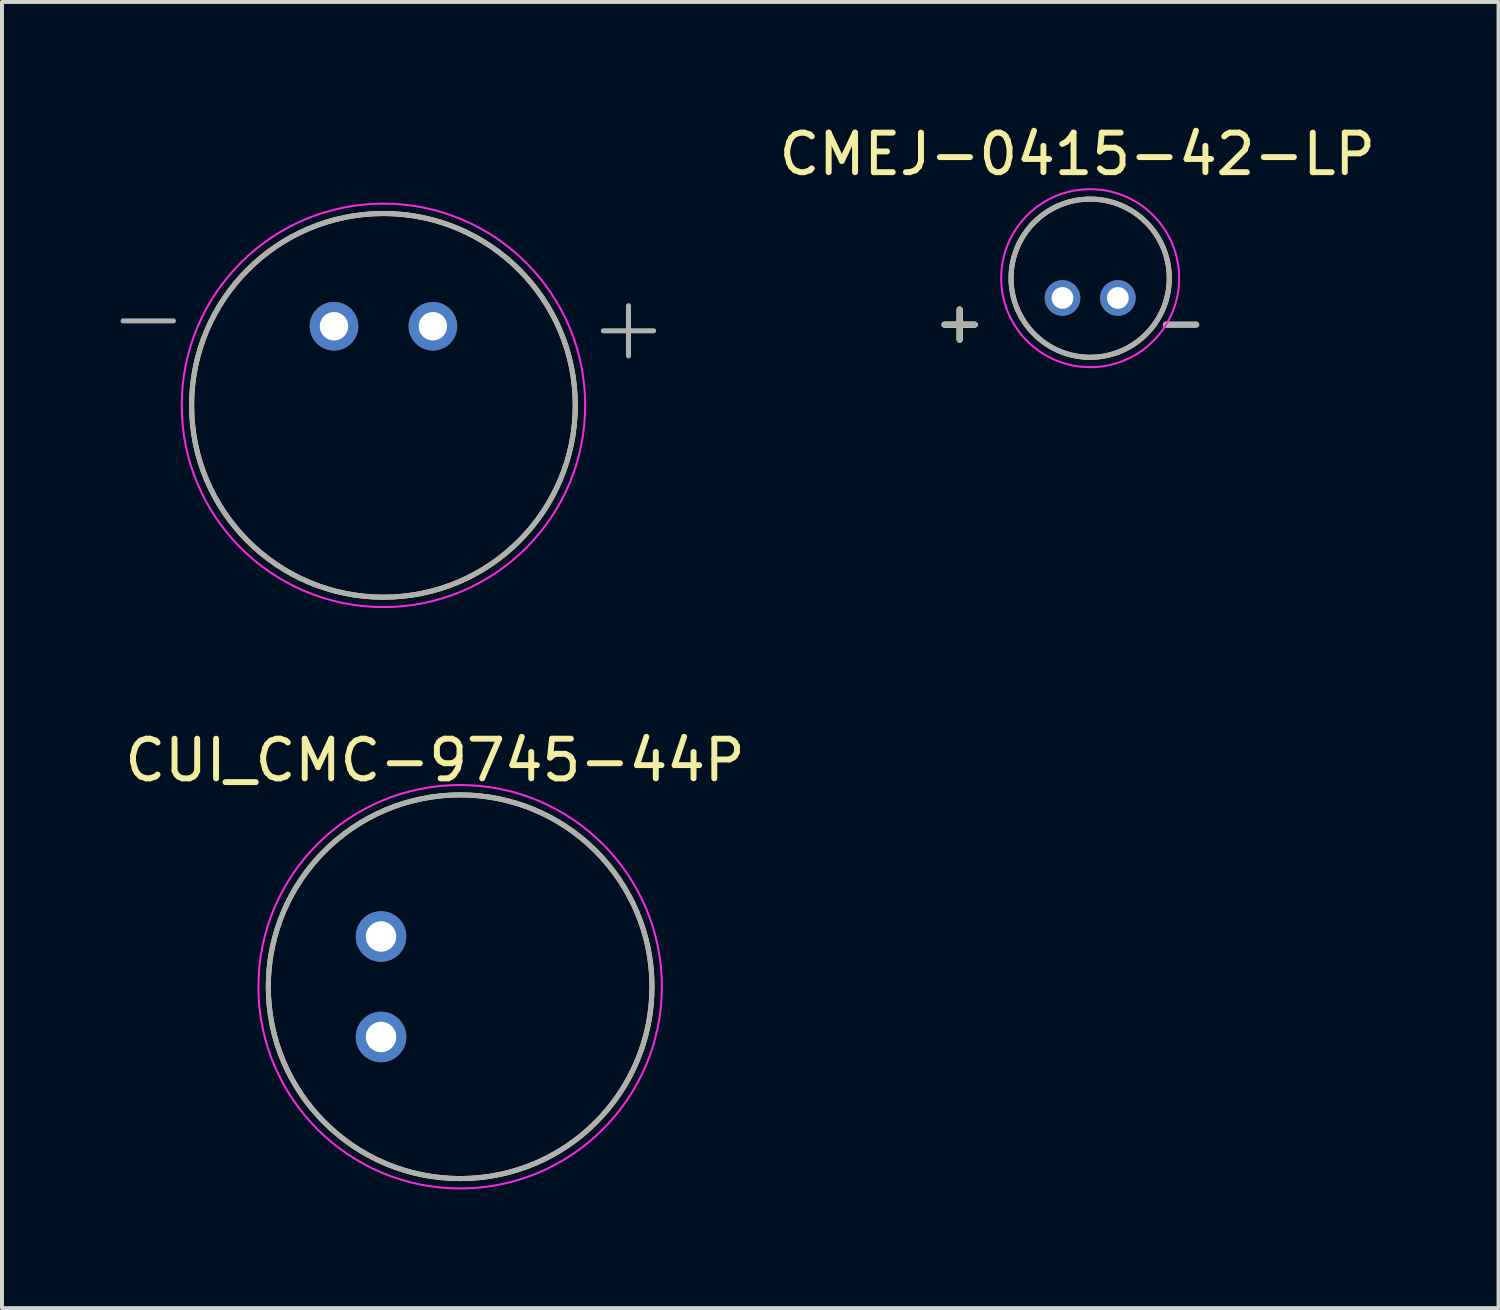
<source format=kicad_pcb>
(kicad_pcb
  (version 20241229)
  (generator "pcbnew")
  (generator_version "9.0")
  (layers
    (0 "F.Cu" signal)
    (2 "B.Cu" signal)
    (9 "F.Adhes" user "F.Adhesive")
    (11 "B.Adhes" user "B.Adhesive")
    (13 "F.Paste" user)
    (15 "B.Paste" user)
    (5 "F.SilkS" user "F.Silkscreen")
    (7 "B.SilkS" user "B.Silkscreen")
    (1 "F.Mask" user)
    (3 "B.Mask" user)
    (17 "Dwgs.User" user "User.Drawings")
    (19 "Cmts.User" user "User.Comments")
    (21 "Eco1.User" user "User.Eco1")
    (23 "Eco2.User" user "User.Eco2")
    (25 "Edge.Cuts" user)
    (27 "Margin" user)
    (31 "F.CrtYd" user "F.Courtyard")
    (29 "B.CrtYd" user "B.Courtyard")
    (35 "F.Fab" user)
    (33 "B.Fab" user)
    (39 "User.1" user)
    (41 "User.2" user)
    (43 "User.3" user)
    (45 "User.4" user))
  (footprint "CUI_CMC-9745-44P"
    (layer "F.Cu")
    (at 8.583 21.896)
    (property "Reference" "CUI_CMC-9745-44P" (at -0.636 -5.724 0) (layer "F.SilkS") (effects (font (size 1.002 1.002) (thickness 0.15))))
    (attr through_hole)
    (fp_circle (center 0 0) (end 4.85 0) (stroke (width 0.127) (type solid)) (fill no) (layer "F.SilkS"))
    (fp_circle (center 0 0) (end 5.1 0) (stroke (width 0.05) (type solid)) (fill no) (layer "F.CrtYd"))
    (fp_circle (center 0 0) (end 4.85 0) (stroke (width 0.127) (type solid)) (fill no) (layer "F.Fab"))
    (fp_text user "+" (at -4.325 -0.775 0) (unlocked yes) (layer "B.Mask") (effects (font (size 1 1) (thickness 0.15)) (justify left bottom)))
    (pad "1" thru_hole circle (at -2 1.27) (size 1.278 1.278) (drill 0.77) (layers "*.Cu" "*.Mask"))
    (pad "2" thru_hole circle (at -2 -1.27) (size 1.278 1.278) (drill 0.77) (layers "*.Cu" "*.Mask")))
  (footprint "CMEJ-0415-42-LP"
    (layer "F.Cu")
    (at 24.511 3.983)
    (property "Reference" "CMEJ-0415-42-LP" (at -0.325 -3.135 0) (layer "F.SilkS") (effects (font (size 1 1) (thickness 0.15))))
    (attr through_hole)
    (fp_circle (center 0 0) (end 2 0) (stroke (width 0.127) (type solid)) (fill no) (layer "F.SilkS"))
    (fp_circle (center 0 0) (end 2.25 0) (stroke (width 0.05) (type solid)) (fill no) (layer "F.CrtYd"))
    (fp_circle (center 0 0) (end 2 0) (stroke (width 0.127) (type solid)) (fill no) (layer "F.Fab"))
    (fp_text user "-" (at 2.3 1.1 0) (layer "F.SilkS") (effects (font (size 1 1) (thickness 0.15))))
    (fp_text user "+" (at -3.3 1.1 0) (layer "F.SilkS") (effects (font (size 1 1) (thickness 0.15))))
    (fp_text user "+" (at -3.3 1.1 0) (layer "F.SilkS") (effects (font (size 1 1) (thickness 0.15))))
    (fp_text user "-" (at 2.3 1.1 0) (layer "F.Fab") (effects (font (size 1 1) (thickness 0.15))))
    (fp_text user "+" (at -3.3 1.1 0) (layer "F.Fab") (effects (font (size 1 1) (thickness 0.15))))
    (pad "1" thru_hole circle (at 0.7 0.5) (size 0.9 0.9) (drill 0.55) (layers "*.Cu" "*.Mask"))
    (pad "2" thru_hole circle (at -0.7 0.5) (size 0.9 0.9) (drill 0.55) (layers "*.Cu" "*.Mask")))
  (footprint "AOM-4546P-R"
    (layer "F.Cu")
    (at 6.644 7.198)
    (property "Reference" "AOM-4546P-R" (at 0.635 -6.35 0) (layer "User.2") (effects (font (size 1 1) (thickness 0.15))))
    (attr through_hole)
    (fp_line (start -1.935 0.06) (end -0.665 0.06) (stroke (width 0.127) (type solid)) (layer "F.Mask"))
    (fp_line (start 0.615 0.08) (end 1.885 0.08) (stroke (width 0.127) (type solid)) (layer "F.Mask"))
    (fp_line (start 1.25 -0.555) (end 1.25 0.715) (stroke (width 0.127) (type solid)) (layer "F.Mask"))
    (fp_circle (center 0 0) (end 4.85 0) (stroke (width 0.127) (type solid)) (fill no) (layer "F.SilkS"))
    (fp_circle (center 0 0) (end 5.1 0) (stroke (width 0.05) (type solid)) (fill no) (layer "F.CrtYd"))
    (fp_line (start -6.58 -2.135) (end -5.31 -2.135) (stroke (width 0.127) (type solid)) (layer "F.Fab"))
    (fp_line (start 5.56 -1.885) (end 6.83 -1.885) (stroke (width 0.127) (type solid)) (layer "F.Fab"))
    (fp_line (start 6.195 -2.52) (end 6.195 -1.25) (stroke (width 0.127) (type solid)) (layer "F.Fab"))
    (fp_circle (center 0 0) (end 4.85 0) (stroke (width 0.127) (type solid)) (fill no) (layer "F.Fab"))
    (pad "N" thru_hole circle (at -1.25 -2) (size 1.228 1.228) (drill 0.72) (layers "*.Cu" "*.Mask"))
    (pad "P" thru_hole circle (at 1.25 -2) (size 1.228 1.228) (drill 0.72) (layers "*.Cu" "*.Mask")))
  (gr_rect
    (start -3 -3)
    (end 34.835 30.021)
    (stroke (width 0.1) (type default))
    (fill no)
    (layer "Edge.Cuts")))
</source>
